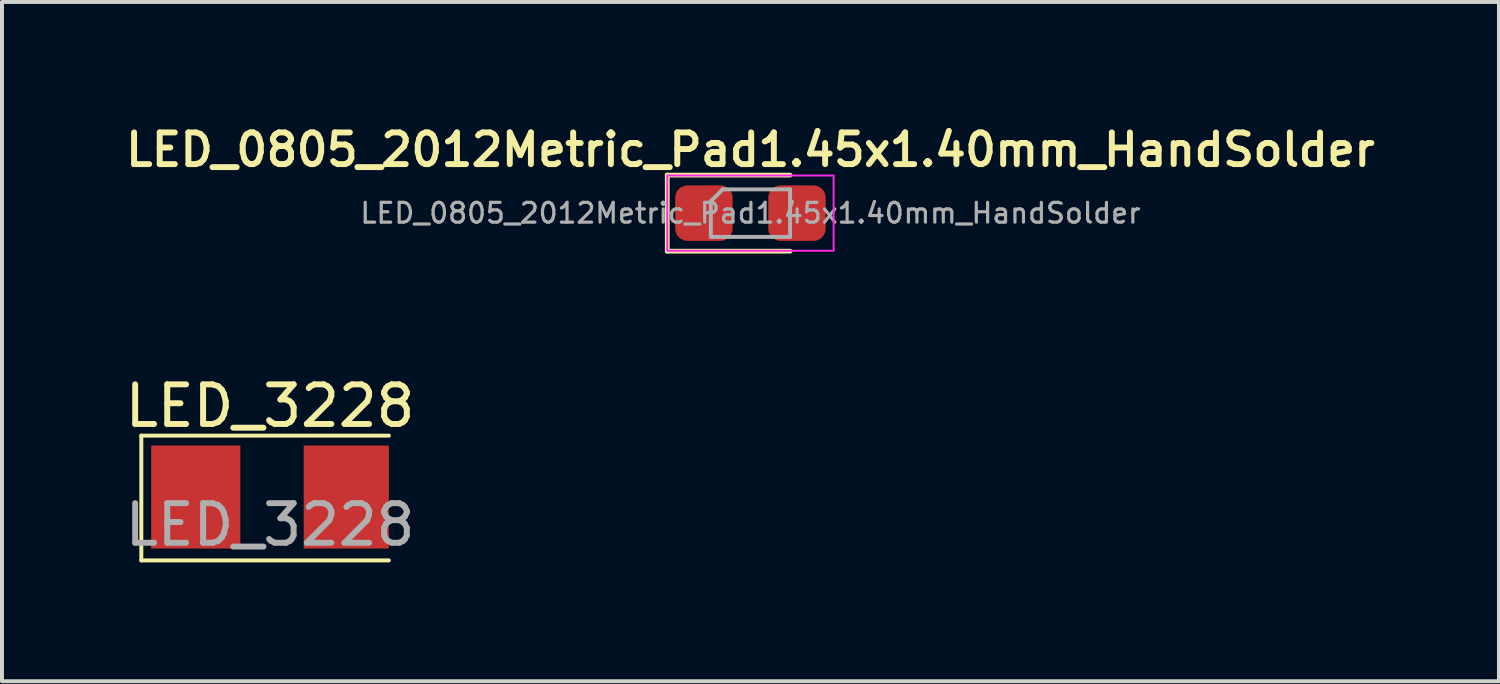
<source format=kicad_pcb>
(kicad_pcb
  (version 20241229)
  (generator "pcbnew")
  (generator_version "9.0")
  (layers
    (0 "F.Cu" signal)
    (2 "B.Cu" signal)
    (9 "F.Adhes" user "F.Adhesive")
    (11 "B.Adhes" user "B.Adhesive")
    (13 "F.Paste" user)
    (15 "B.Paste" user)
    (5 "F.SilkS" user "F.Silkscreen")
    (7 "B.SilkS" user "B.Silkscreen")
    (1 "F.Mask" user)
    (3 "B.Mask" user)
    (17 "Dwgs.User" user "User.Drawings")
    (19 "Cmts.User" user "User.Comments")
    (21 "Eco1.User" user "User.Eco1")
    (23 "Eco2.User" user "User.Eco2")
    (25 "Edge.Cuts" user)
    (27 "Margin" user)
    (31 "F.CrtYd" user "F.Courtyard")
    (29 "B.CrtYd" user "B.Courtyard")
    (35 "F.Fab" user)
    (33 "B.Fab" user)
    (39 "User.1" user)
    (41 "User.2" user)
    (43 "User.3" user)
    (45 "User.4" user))
  (footprint "LED_0805_2012Metric_Pad1.45x1.40mm_HandSolder"
    (layer "F.Cu")
    (at 15.897 2.331)
    (property "Reference" "LED_0805_2012Metric_Pad1.45x1.40mm_HandSolder" (at 0 -1.6 180) (layer "F.SilkS") (effects (font (size 0.8 0.8) (thickness 0.15))))
    (attr smd)
    (fp_line (start -2.1 -0.96) (end -2.1 0.96) (stroke (width 0.12) (type solid)) (layer "F.SilkS"))
    (fp_line (start -2.1 0.96) (end 1 0.96) (stroke (width 0.12) (type solid)) (layer "F.SilkS"))
    (fp_line (start 1 -0.96) (end -2.1 -0.96) (stroke (width 0.12) (type solid)) (layer "F.SilkS"))
    (fp_rect (start -2.1 -0.95) (end 2.1 0.95) (stroke (width 0.05) (type default)) (fill no) (layer "F.CrtYd"))
    (fp_line (start -1 -0.3) (end -1 0.6) (stroke (width 0.1) (type solid)) (layer "F.Fab"))
    (fp_line (start -1 0.6) (end 1 0.6) (stroke (width 0.1) (type solid)) (layer "F.Fab"))
    (fp_line (start -0.7 -0.6) (end -1 -0.3) (stroke (width 0.1) (type solid)) (layer "F.Fab"))
    (fp_line (start 1 -0.6) (end -0.7 -0.6) (stroke (width 0.1) (type solid)) (layer "F.Fab"))
    (fp_line (start 1 0.6) (end 1 -0.6) (stroke (width 0.1) (type solid)) (layer "F.Fab"))
    (fp_text user "${REFERENCE}" (at 0 0 180) (layer "F.Fab") (effects (font (size 0.5 0.5) (thickness 0.08))))
    (pad "1" smd roundrect (at -1.175 0) (size 1.45 1.4) (layers "F.Cu" "F.Mask" "F.Paste") (roundrect_rratio 0.217))
    (pad "2" smd roundrect (at 1.175 0) (size 1.45 1.4) (layers "F.Cu" "F.Mask" "F.Paste") (roundrect_rratio 0.217)))
  (footprint "LED_3228"
    (layer "F.Cu")
    (at 3.768 9.499)
    (property "Reference" "LED_3228" (at 0 -2.3 0) (unlocked yes) (layer "F.SilkS") (effects (font (size 1 1) (thickness 0.15))))
    (attr smd)
    (fp_line (start -3.25 -1.55) (end -3.25 1.6) (stroke (width 0.1) (type default)) (layer "F.SilkS"))
    (fp_line (start -3.25 -1.55) (end 3 -1.55) (stroke (width 0.1) (type default)) (layer "F.SilkS"))
    (fp_line (start -3.25 1.6) (end 3 1.6) (stroke (width 0.1) (type default)) (layer "F.SilkS"))
    (fp_text user "${REFERENCE}" (at 0 0.7 0) (unlocked yes) (layer "F.Fab") (effects (font (size 1 1) (thickness 0.15))))
    (pad "1" smd rect (at -1.875 0 90) (size 2.6 2.25) (layers "F.Cu" "F.Mask" "F.Paste"))
    (pad "2" smd rect (at 1.925 0 90) (size 2.6 2.15) (layers "F.Cu" "F.Mask" "F.Paste")))
  (gr_rect
    (start -3 -3)
    (end 34.795 14.149)
    (stroke (width 0.1) (type default))
    (fill no)
    (layer "Edge.Cuts")))
</source>
